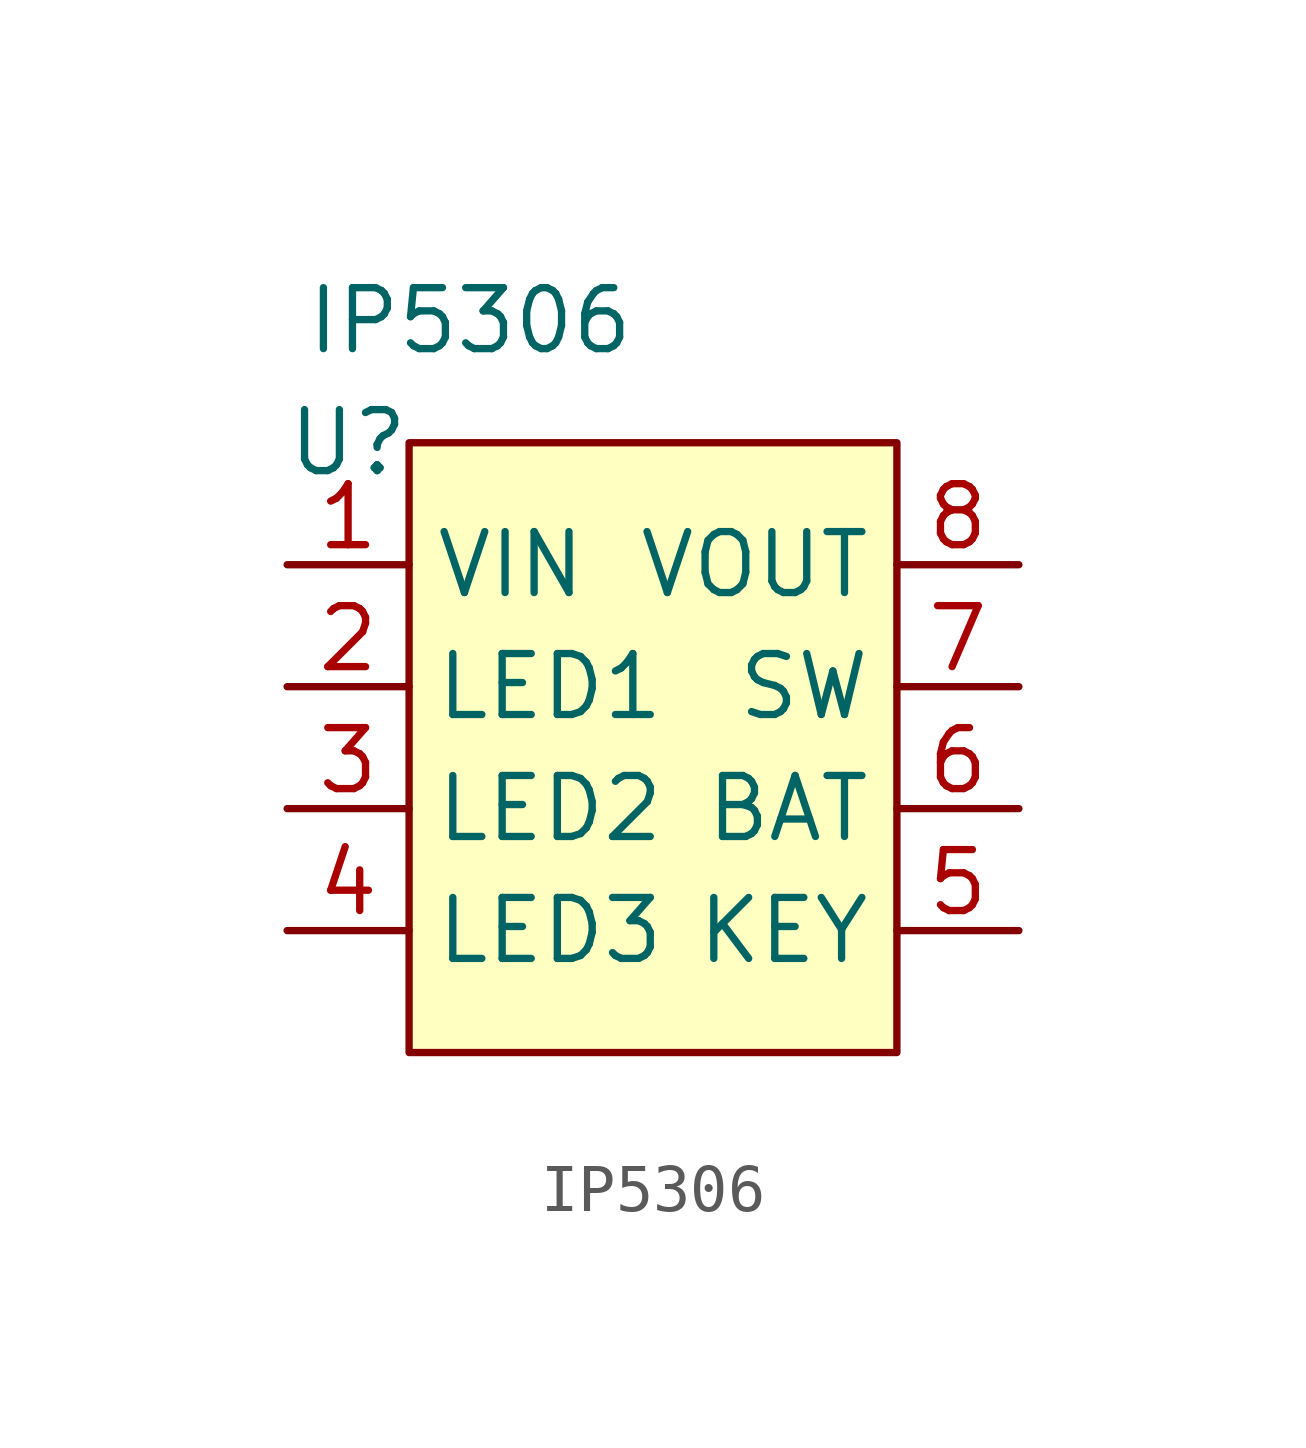
<source format=kicad_sym>
(kicad_symbol_lib
  (version 20220914)
  (generator kicad_symbol_editor)
  (symbol "IP5306"
    (property "Reference" "U"
      (at -1.27 0 0)
      (effects (font (size 1.27 1.27))))
    (property "Value" "IP5306"
      (at 1.27 2.54 0)
      (effects (font (size 1.27 1.27))))
    (symbol "IP5306_0_1"
      (rectangle (start 0 0) (end 10.16 -12.7) (stroke (width 0) (type default) (color 0 0 0 0)) (fill (type background))))
    (symbol "IP5306_1_1"
      (pin power_in line (at -2.54 -2.54 0) (length 2.54) (name "VIN" (effects (font (size 1.27 1.27)))) (number "1" (effects (font (size 1.27 1.27)))))
      (pin output line (at -2.54 -5.08 0) (length 2.54) (name "LED1" (effects (font (size 1.27 1.27)))) (number "2" (effects (font (size 1.27 1.27)))))
      (pin output line (at -2.54 -7.62 0) (length 2.54) (name "LED2" (effects (font (size 1.27 1.27)))) (number "3" (effects (font (size 1.27 1.27)))))
      (pin output line (at -2.54 -10.16 0) (length 2.54) (name "LED3" (effects (font (size 1.27 1.27)))) (number "4" (effects (font (size 1.27 1.27)))))
      (pin input line (at 12.7 -10.16 180) (length 2.54) (name "KEY" (effects (font (size 1.27 1.27)))) (number "5" (effects (font (size 1.27 1.27)))))
      (pin input line (at 12.7 -7.62 180) (length 2.54) (name "BAT" (effects (font (size 1.27 1.27)))) (number "6" (effects (font (size 1.27 1.27)))))
      (pin output line (at 12.7 -5.08 180) (length 2.54) (name "SW" (effects (font (size 1.27 1.27)))) (number "7" (effects (font (size 1.27 1.27)))))
      (pin output line (at 12.7 -2.54 180) (length 2.54) (name "VOUT" (effects (font (size 1.27 1.27)))) (number "8" (effects (font (size 1.27 1.27)))))
      (pin power_in line (at 5.08 -12.7 90) (length 2.54) hide (name "GND" (effects (font (size 1.27 1.27)))) (number "9" (effects (font (size 1.27 1.27))))))))
</source>
